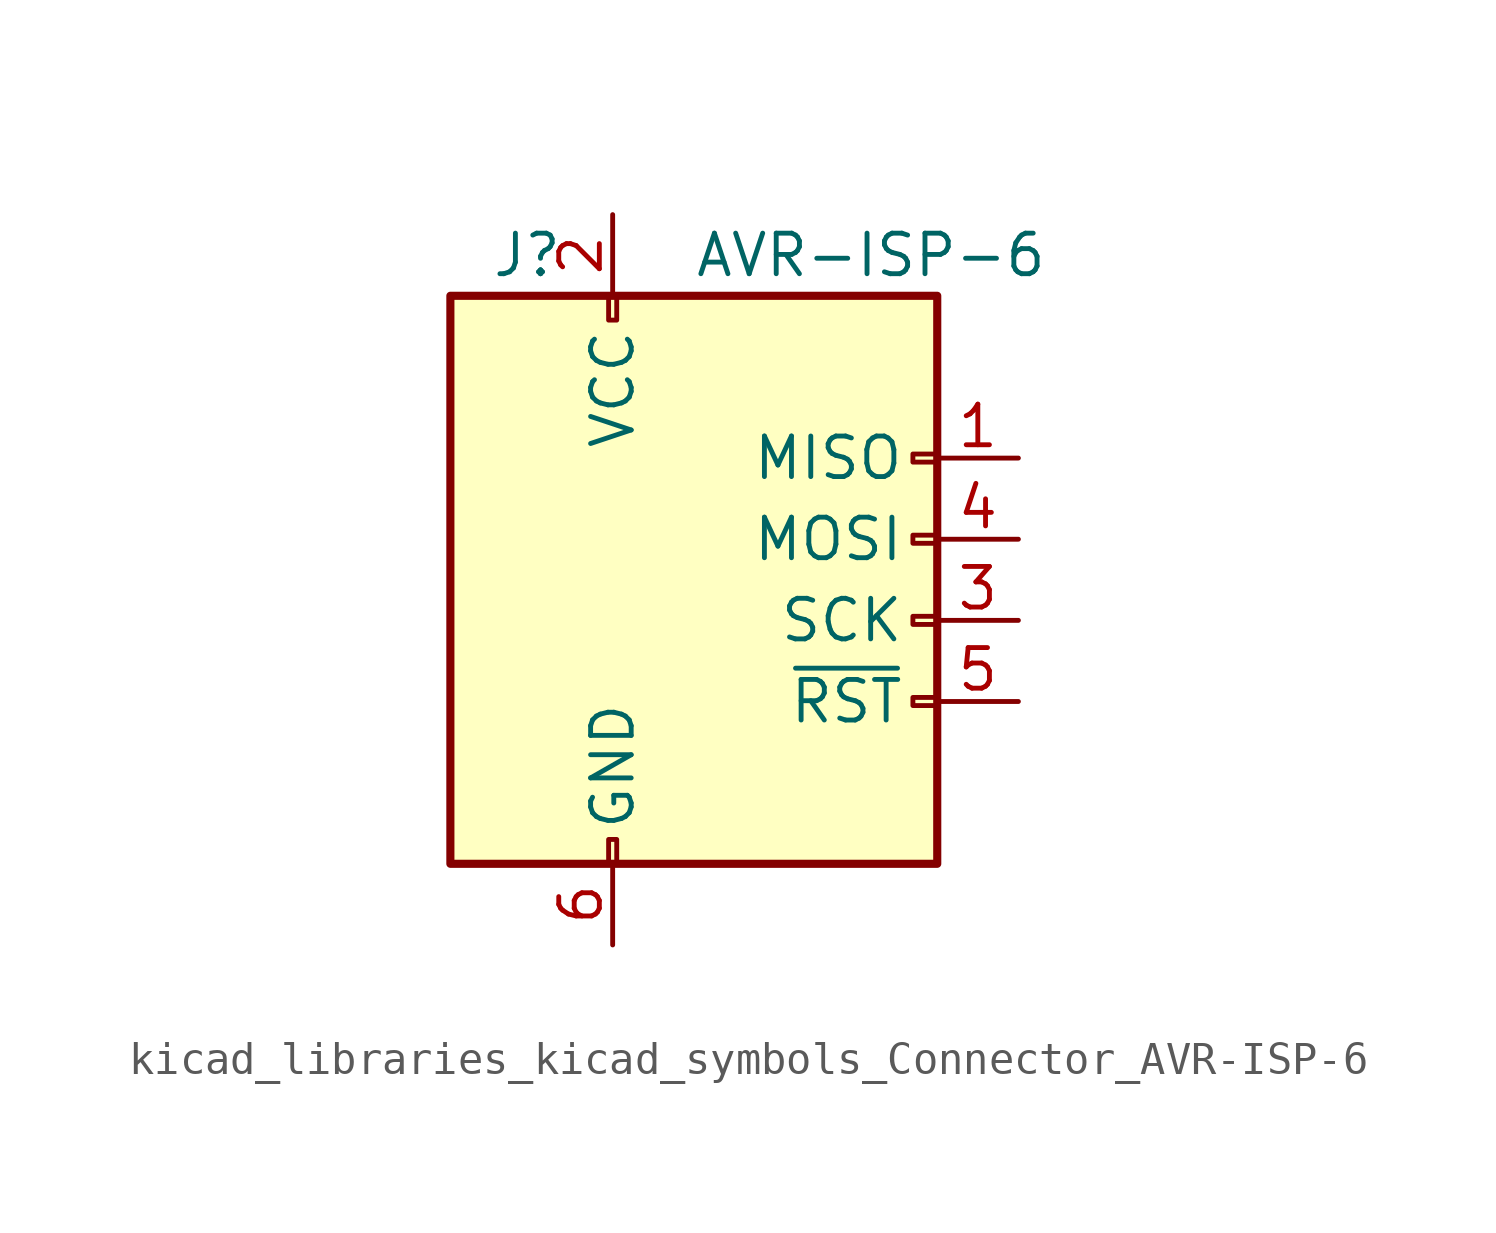
<source format=kicad_sym>
(kicad_symbol_lib
  (version 20220914)
  (generator kicad_symbol_editor)
  (symbol "kicad_libraries_kicad_symbols_Connector_AVR-ISP-6"
    (pin_names
      (offset 1.016))
    (property "Reference" "J"
      (at -6.35 11.43 0)
      (effects (font (size 1.27 1.27)) (justify left)))
    (property "Value" "AVR-ISP-6"
      (at 0 11.43 0)
      (effects (font (size 1.27 1.27)) (justify left)))
    (symbol "kicad_libraries_kicad_symbols_Connector_AVR-ISP-6_0_1"
      (rectangle (start -2.667 -6.858) (end -2.413 -7.62) (stroke (width 0) (type default)) (fill (type none)))
      (rectangle (start -2.667 10.16) (end -2.413 9.398) (stroke (width 0) (type default)) (fill (type none)))
      (rectangle (start 7.62 -2.413) (end 6.858 -2.667) (stroke (width 0) (type default)) (fill (type none)))
      (rectangle (start 7.62 0.127) (end 6.858 -0.127) (stroke (width 0) (type default)) (fill (type none)))
      (rectangle (start 7.62 2.667) (end 6.858 2.413) (stroke (width 0) (type default)) (fill (type none)))
      (rectangle (start 7.62 5.207) (end 6.858 4.953) (stroke (width 0) (type default)) (fill (type none)))
      (rectangle (start 7.62 10.16) (end -7.62 -7.62) (stroke (width 0.254) (type default)) (fill (type background))))
    (symbol "kicad_libraries_kicad_symbols_Connector_AVR-ISP-6_1_1"
      (pin passive line (at 10.16 5.08 180) (length 2.54) (name "MISO" (effects (font (size 1.27 1.27)))) (number "1" (effects (font (size 1.27 1.27)))))
      (pin passive line (at -2.54 12.7 270) (length 2.54) (name "VCC" (effects (font (size 1.27 1.27)))) (number "2" (effects (font (size 1.27 1.27)))))
      (pin passive line (at 10.16 0 180) (length 2.54) (name "SCK" (effects (font (size 1.27 1.27)))) (number "3" (effects (font (size 1.27 1.27)))))
      (pin passive line (at 10.16 2.54 180) (length 2.54) (name "MOSI" (effects (font (size 1.27 1.27)))) (number "4" (effects (font (size 1.27 1.27)))))
      (pin passive line (at 10.16 -2.54 180) (length 2.54) (name "~{RST}" (effects (font (size 1.27 1.27)))) (number "5" (effects (font (size 1.27 1.27)))))
      (pin passive line (at -2.54 -10.16 90) (length 2.54) (name "GND" (effects (font (size 1.27 1.27)))) (number "6" (effects (font (size 1.27 1.27))))))))
</source>
